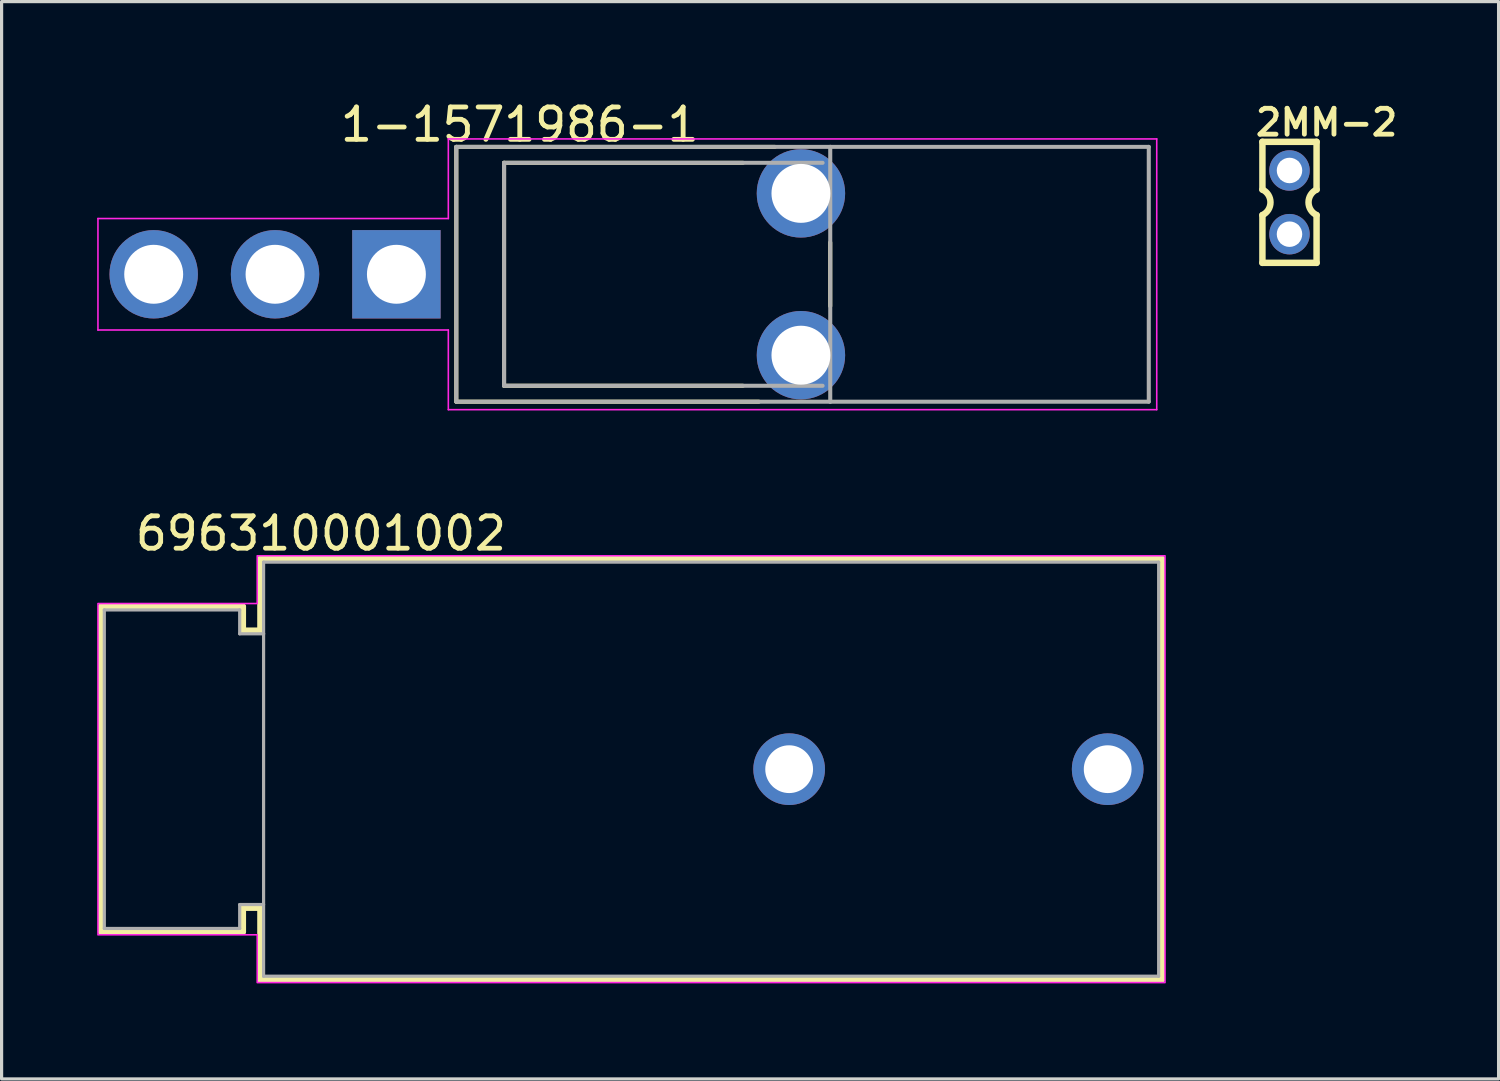
<source format=kicad_pcb>
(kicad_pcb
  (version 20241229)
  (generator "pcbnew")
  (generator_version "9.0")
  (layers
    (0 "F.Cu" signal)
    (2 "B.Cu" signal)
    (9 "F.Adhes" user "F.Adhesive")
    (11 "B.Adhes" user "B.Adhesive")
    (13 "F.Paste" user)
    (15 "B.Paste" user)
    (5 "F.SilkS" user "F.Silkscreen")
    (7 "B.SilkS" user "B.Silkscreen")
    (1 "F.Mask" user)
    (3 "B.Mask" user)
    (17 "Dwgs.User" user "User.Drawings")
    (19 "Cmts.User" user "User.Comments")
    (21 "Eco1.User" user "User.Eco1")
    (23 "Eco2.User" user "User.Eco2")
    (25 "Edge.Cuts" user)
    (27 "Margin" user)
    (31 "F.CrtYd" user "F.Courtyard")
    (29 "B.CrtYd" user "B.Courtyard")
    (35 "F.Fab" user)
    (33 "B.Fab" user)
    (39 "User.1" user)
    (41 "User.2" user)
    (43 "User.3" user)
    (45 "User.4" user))
  (footprint "696310001002"
    (layer "F.Cu")
    (at 26.725 21.098)
    (property "Reference" "696310001002" (at -19.7 -7.4 0) (layer "F.SilkS") (effects (font (size 1.016 1.016) (thickness 0.152))))
    (attr through_hole)
    (fp_line (start -26.6 -5.1) (end -22.15 -5.1) (stroke (width 0.2) (type solid)) (layer "F.SilkS"))
    (fp_line (start -26.6 5.1) (end -26.6 -5.1) (stroke (width 0.2) (type solid)) (layer "F.SilkS"))
    (fp_line (start -22.15 -5.1) (end -22.15 -4.35) (stroke (width 0.2) (type solid)) (layer "F.SilkS"))
    (fp_line (start -22.15 -4.35) (end -21.6 -4.35) (stroke (width 0.2) (type solid)) (layer "F.SilkS"))
    (fp_line (start -22.15 4.35) (end -22.15 5.1) (stroke (width 0.2) (type solid)) (layer "F.SilkS"))
    (fp_line (start -22.15 5.1) (end -26.6 5.1) (stroke (width 0.2) (type solid)) (layer "F.SilkS"))
    (fp_line (start -21.6 -6.6) (end 6.7 -6.6) (stroke (width 0.2) (type solid)) (layer "F.SilkS"))
    (fp_line (start -21.6 -4.35) (end -21.6 -6.6) (stroke (width 0.2) (type solid)) (layer "F.SilkS"))
    (fp_line (start -21.6 4.35) (end -22.15 4.35) (stroke (width 0.2) (type solid)) (layer "F.SilkS"))
    (fp_line (start -21.6 6.6) (end -21.6 4.35) (stroke (width 0.2) (type solid)) (layer "F.SilkS"))
    (fp_line (start 6.7 -6.6) (end 6.7 6.6) (stroke (width 0.2) (type solid)) (layer "F.SilkS"))
    (fp_line (start 6.7 6.6) (end -21.6 6.6) (stroke (width 0.2) (type solid)) (layer "F.SilkS"))
    (fp_poly (pts (xy -26.7 -5.2) (xy -21.7 -5.2) (xy -21.7 -6.7) (xy 6.8 -6.7) (xy 6.8 6.7) (xy -21.7 6.7) (xy -21.7 5.2) (xy -26.7 5.2)) (stroke (width 0.05) (type solid)) (fill no) (layer "F.CrtYd"))
    (fp_line (start -26.5 -5) (end -22.25 -5) (stroke (width 0.1) (type solid)) (layer "F.Fab"))
    (fp_line (start -26.5 5) (end -26.5 -5) (stroke (width 0.1) (type solid)) (layer "F.Fab"))
    (fp_line (start -26.5 5) (end -22.25 5) (stroke (width 0.1) (type solid)) (layer "F.Fab"))
    (fp_line (start -22.25 -4.25) (end -22.25 -5) (stroke (width 0.1) (type solid)) (layer "F.Fab"))
    (fp_line (start -22.25 -4.25) (end -21.5 -4.25) (stroke (width 0.1) (type solid)) (layer "F.Fab"))
    (fp_line (start -22.25 4.25) (end -21.5 4.25) (stroke (width 0.1) (type solid)) (layer "F.Fab"))
    (fp_line (start -22.25 5) (end -22.25 4.25) (stroke (width 0.1) (type solid)) (layer "F.Fab"))
    (fp_line (start -21.5 -6.5) (end 6.6 -6.5) (stroke (width 0.1) (type solid)) (layer "F.Fab"))
    (fp_line (start -21.5 -4.25) (end -21.5 -6.5) (stroke (width 0.1) (type solid)) (layer "F.Fab"))
    (fp_line (start -21.5 6.5) (end -21.5 -4.25) (stroke (width 0.1) (type solid)) (layer "F.Fab"))
    (fp_line (start 6.6 6.5) (end -21.5 6.5) (stroke (width 0.1) (type solid)) (layer "F.Fab"))
    (fp_line (start 6.6 6.5) (end 6.6 -6.5) (stroke (width 0.1) (type solid)) (layer "F.Fab"))
    (pad "1" thru_hole circle (at -5 0) (size 2.25 2.25) (drill 1.5) (layers "*.Cu" "*.Mask"))
    (pad "2" thru_hole circle (at 5 0) (size 2.25 2.25) (drill 1.5) (layers "*.Cu" "*.Mask")))
  (footprint "2MM-2"
    (layer "F.Cu")
    (at 37.433 3.302)
    (property "Reference" "2MM-2" (at -1.143 -2.032 0) (layer "F.SilkS") (effects (font (size 0.813 0.813) (thickness 0.152) (bold yes)) (justify left bottom)))
    (attr through_hole)
    (fp_line (start -0.85 -1.9) (end -0.85 -0.4) (stroke (width 0.203) (type solid)) (layer "F.SilkS"))
    (fp_line (start -0.85 0.4) (end -0.85 1.9) (stroke (width 0.203) (type solid)) (layer "F.SilkS"))
    (fp_line (start -0.85 1.9) (end 0.85 1.9) (stroke (width 0.203) (type solid)) (layer "F.SilkS"))
    (fp_line (start 0.85 -1.9) (end -0.85 -1.9) (stroke (width 0.203) (type solid)) (layer "F.SilkS"))
    (fp_line (start 0.85 -0.4) (end 0.85 -1.9) (stroke (width 0.203) (type solid)) (layer "F.SilkS"))
    (fp_line (start 0.85 1.9) (end 0.85 0.4) (stroke (width 0.203) (type solid)) (layer "F.SilkS"))
    (fp_arc (start -0.85 -0.4) (mid -0.597168 -0.000001) (end -0.849998 0.399999) (stroke (width 0.2032) (type solid)) (layer "F.SilkS"))
    (fp_arc (start 0.85 0.4) (mid 0.597168 0.000001) (end 0.849998 -0.399999) (stroke (width 0.2032) (type solid)) (layer "F.SilkS"))
    (fp_poly (pts (xy -0.25 -0.75) (xy 0.25 -0.75) (xy 0.25 -1.25) (xy -0.25 -1.25)) (stroke (width 0.1) (type default)) (fill no) (layer "F.Fab"))
    (fp_poly (pts (xy -0.25 1.25) (xy 0.25 1.25) (xy 0.25 0.75) (xy -0.25 0.75)) (stroke (width 0.1) (type default)) (fill no) (layer "F.Fab"))
    (pad "1" thru_hole circle (at 0 1) (size 1.27 1.27) (drill 0.8) (layers "*.Cu" "*.Mask"))
    (pad "2" thru_hole circle (at 0 -1) (size 1.27 1.27) (drill 0.8) (layers "*.Cu" "*.Mask")))
  (footprint "1-1571986-1"
    (layer "F.Cu")
    (at 9.395 5.561)
    (property "Reference" "1-1571986-1" (at 3.873 -4.699 0) (layer "F.SilkS") (effects (font (size 1.016 1.016) (thickness 0.152))))
    (attr through_hole)
    (fp_line (start 1.88 -4) (end 1.88 4) (stroke (width 0.127) (type solid)) (layer "F.SilkS"))
    (fp_line (start 1.88 4) (end 11.38 4) (stroke (width 0.127) (type solid)) (layer "F.SilkS"))
    (fp_line (start 3.38 -3.5) (end 3.38 3.5) (stroke (width 0.127) (type solid)) (layer "F.SilkS"))
    (fp_line (start 3.38 3.5) (end 10.88 3.5) (stroke (width 0.127) (type solid)) (layer "F.SilkS"))
    (fp_line (start 10.88 -3.5) (end 3.38 -3.5) (stroke (width 0.127) (type solid)) (layer "F.SilkS"))
    (fp_line (start 11.88 -4) (end 1.88 -4) (stroke (width 0.127) (type solid)) (layer "F.SilkS"))
    (fp_line (start 13.62 -1) (end 13.62 1) (stroke (width 0.127) (type solid)) (layer "F.SilkS"))
    (fp_line (start -9.37 -1.75) (end -9.37 1.75) (stroke (width 0.05) (type solid)) (layer "F.CrtYd"))
    (fp_line (start -9.37 1.75) (end 1.63 1.75) (stroke (width 0.05) (type solid)) (layer "F.CrtYd"))
    (fp_line (start 1.63 -4.25) (end 1.63 -1.75) (stroke (width 0.05) (type solid)) (layer "F.CrtYd"))
    (fp_line (start 1.63 -1.75) (end -9.37 -1.75) (stroke (width 0.05) (type solid)) (layer "F.CrtYd"))
    (fp_line (start 1.63 1.75) (end 1.63 4.25) (stroke (width 0.05) (type solid)) (layer "F.CrtYd"))
    (fp_line (start 1.63 4.25) (end 23.87 4.25) (stroke (width 0.05) (type solid)) (layer "F.CrtYd"))
    (fp_line (start 23.87 -4.25) (end 1.63 -4.25) (stroke (width 0.05) (type solid)) (layer "F.CrtYd"))
    (fp_line (start 23.87 4.25) (end 23.87 -4.25) (stroke (width 0.05) (type solid)) (layer "F.CrtYd"))
    (fp_line (start 1.88 -4) (end 13.62 -4) (stroke (width 0.127) (type solid)) (layer "F.Fab"))
    (fp_line (start 1.88 4) (end 1.88 -4) (stroke (width 0.127) (type solid)) (layer "F.Fab"))
    (fp_line (start 3.38 -3.5) (end 3.38 3.5) (stroke (width 0.127) (type solid)) (layer "F.Fab"))
    (fp_line (start 3.38 3.5) (end 13.38 3.5) (stroke (width 0.127) (type solid)) (layer "F.Fab"))
    (fp_line (start 13.38 -3.5) (end 3.38 -3.5) (stroke (width 0.127) (type solid)) (layer "F.Fab"))
    (fp_line (start 13.62 -4) (end 13.62 4) (stroke (width 0.127) (type solid)) (layer "F.Fab"))
    (fp_line (start 13.62 -4) (end 23.62 -4) (stroke (width 0.127) (type solid)) (layer "F.Fab"))
    (fp_line (start 13.62 4) (end 1.88 4) (stroke (width 0.127) (type solid)) (layer "F.Fab"))
    (fp_line (start 23.62 -4) (end 23.62 4) (stroke (width 0.127) (type solid)) (layer "F.Fab"))
    (fp_line (start 23.62 4) (end 13.62 4) (stroke (width 0.127) (type solid)) (layer "F.Fab"))
    (pad "1" thru_hole rect (at 0 0) (size 2.775 2.775) (drill 1.85) (layers "*.Cu" "*.Mask"))
    (pad "2" thru_hole circle (at -3.81 0) (size 2.775 2.775) (drill 1.85) (layers "*.Cu" "*.Mask"))
    (pad "3" thru_hole circle (at -7.62 0) (size 2.775 2.775) (drill 1.85) (layers "*.Cu" "*.Mask"))
    (pad "SH" thru_hole circle (at 12.7 -2.54) (size 2.775 2.775) (drill 1.85) (layers "*.Cu" "*.Mask"))
    (pad "SH" thru_hole circle (at 12.7 2.54) (size 2.775 2.775) (drill 1.85) (layers "*.Cu" "*.Mask")))
  (gr_rect
    (start -3 -3)
    (end 43.997 30.823)
    (stroke (width 0.1) (type default))
    (fill no)
    (layer "Edge.Cuts")))
</source>
